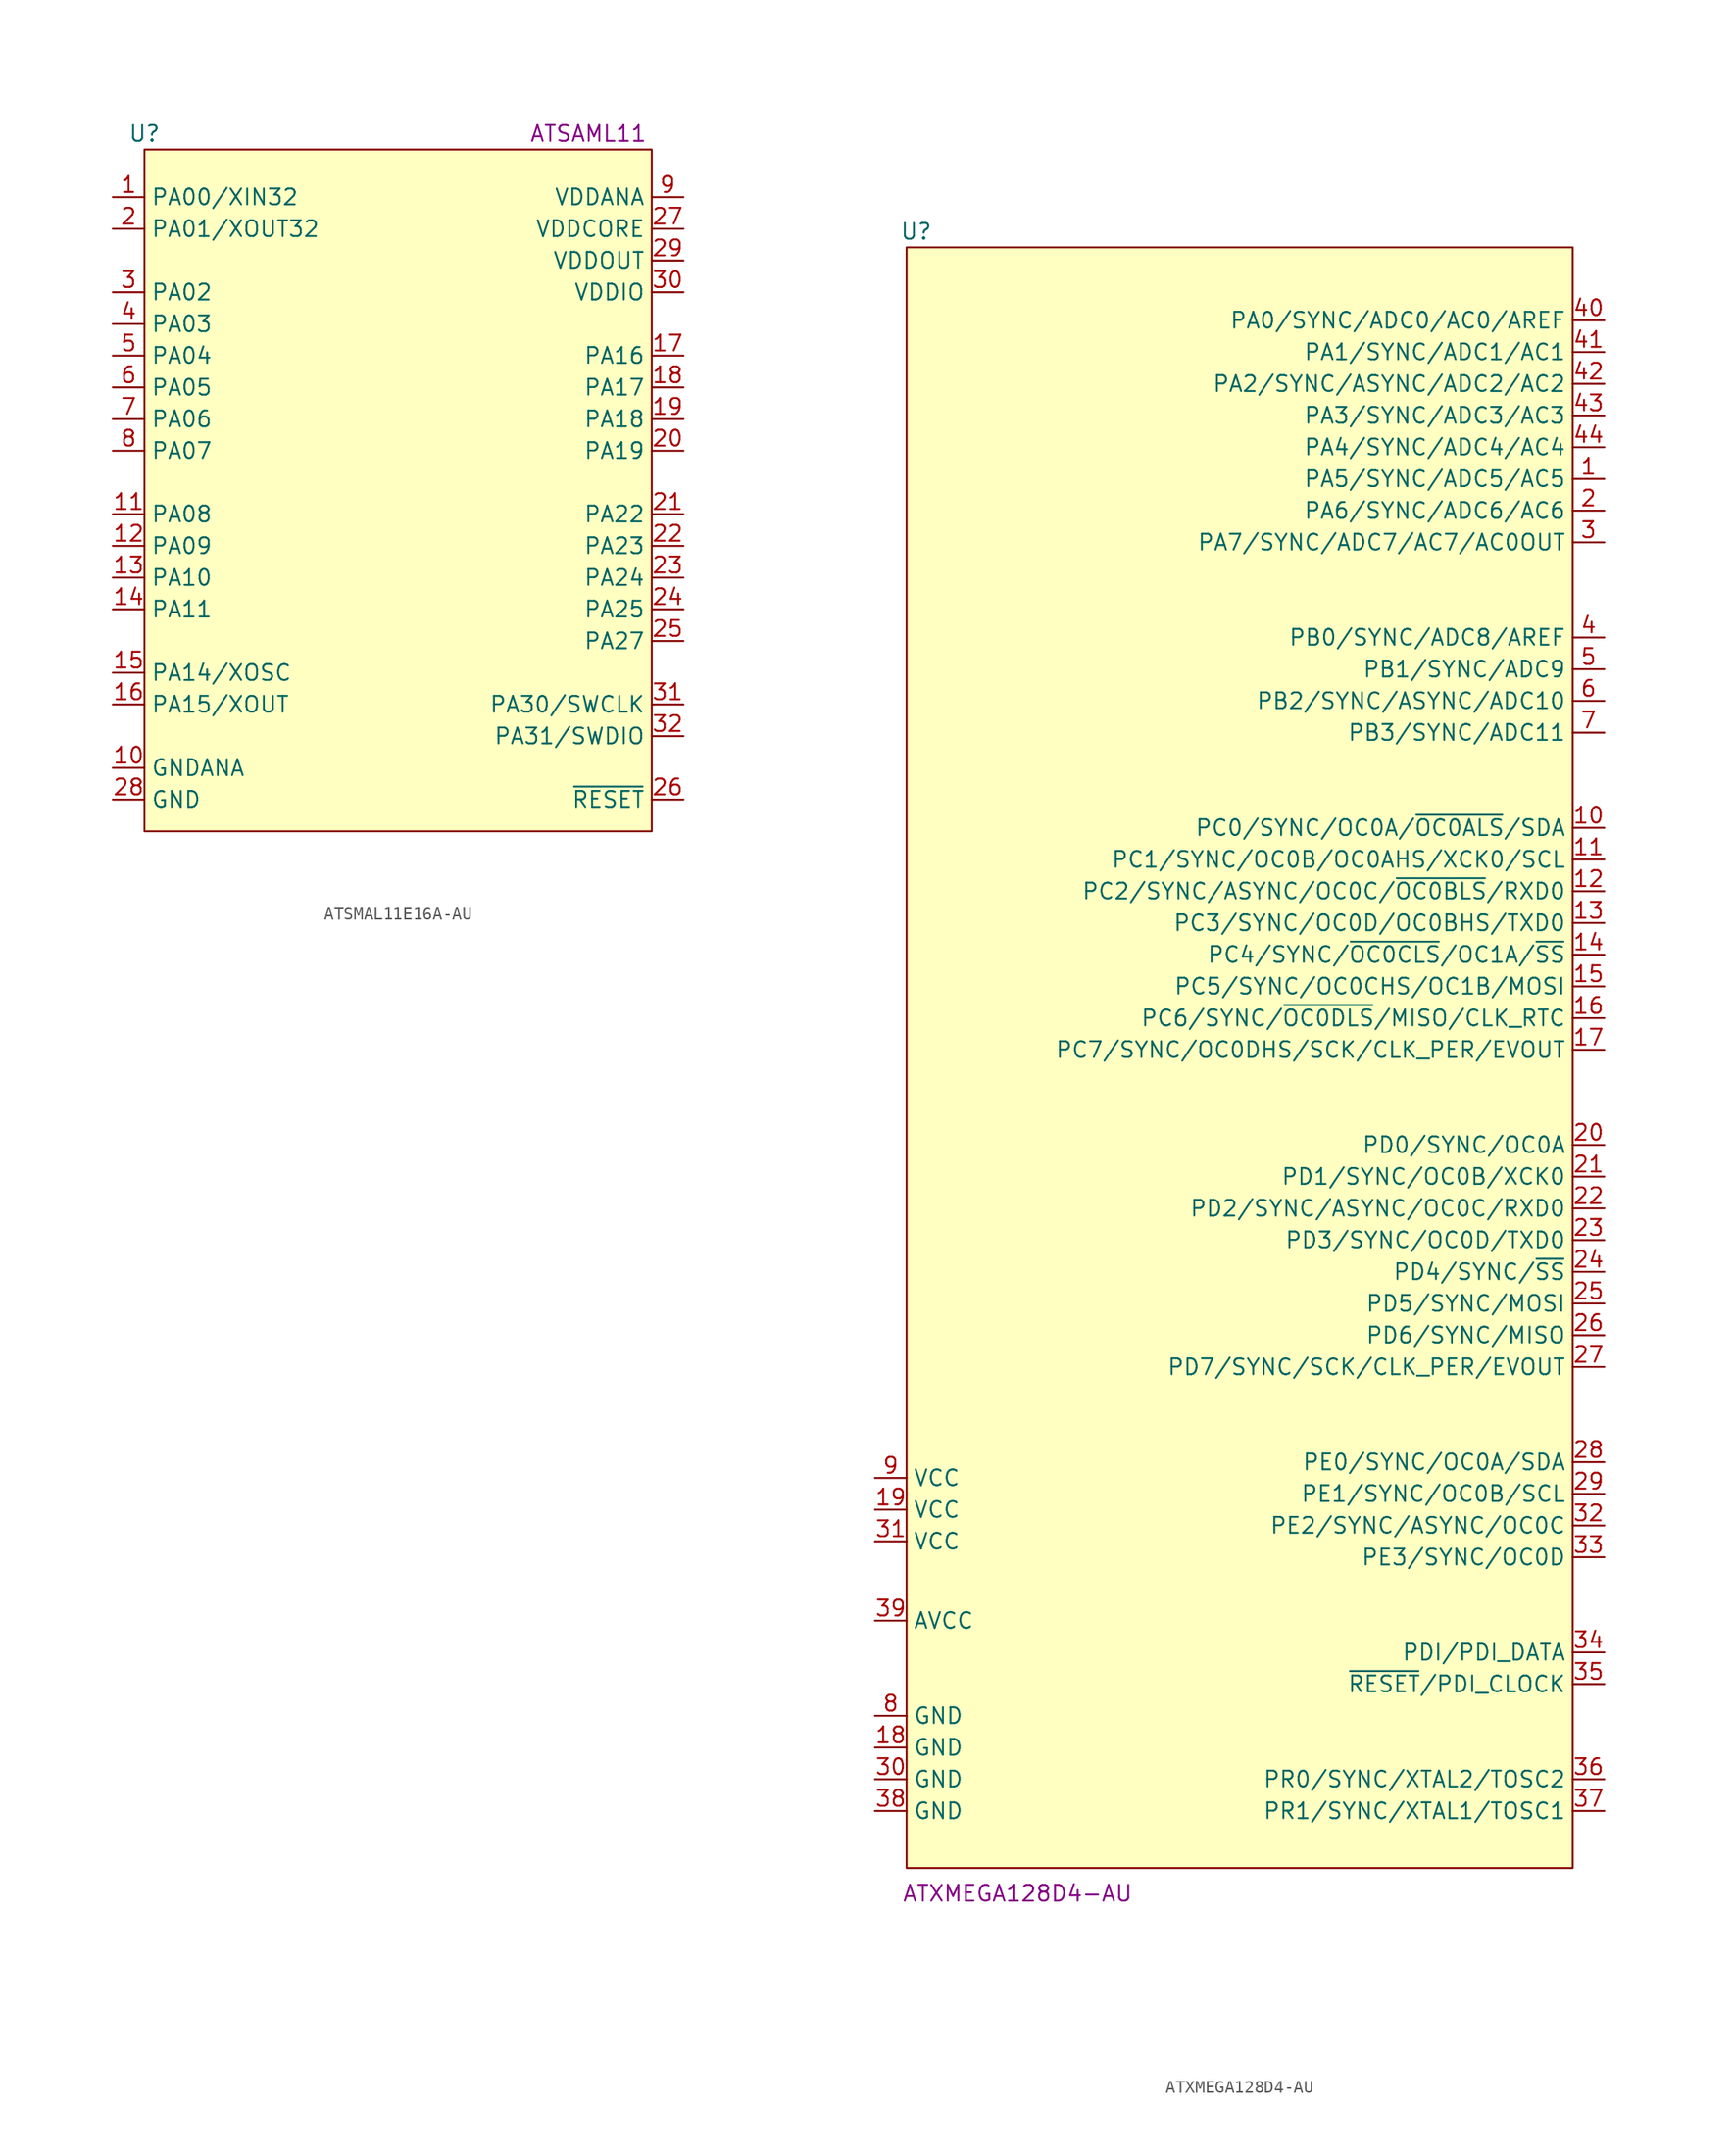
<source format=kicad_sym>
(kicad_symbol_lib
  (version 20231120)
  (generator "kicad_symbol_editor")
  (generator_version "8.0")
  (symbol "ATSMAL11E16A-AU"
    (property "Reference" "U"
      (at -20.32 5.08 0)
      (effects (font (size 1.27 1.27))))
    (property "Display Value" "ATSAML11"
      (at 15.24 5.08 0)
      (effects (font (size 1.27 1.27))))
    (symbol "ATSMAL11E16A-AU_1_1"
      (rectangle (start -20.32 3.81) (end 20.32 -50.8) (stroke (width 0) (type default)) (fill (type background)))
      (pin unspecified line (at -22.86 0 0) (length 2.54) (name "PA00/XIN32" (effects (font (size 1.27 1.27)))) (number "1" (effects (font (size 1.27 1.27)))))
      (pin unspecified line (at -22.86 -45.72 0) (length 2.54) (name "GNDANA" (effects (font (size 1.27 1.27)))) (number "10" (effects (font (size 1.27 1.27)))))
      (pin unspecified line (at -22.86 -25.4 0) (length 2.54) (name "PA08" (effects (font (size 1.27 1.27)))) (number "11" (effects (font (size 1.27 1.27)))))
      (pin unspecified line (at -22.86 -27.94 0) (length 2.54) (name "PA09" (effects (font (size 1.27 1.27)))) (number "12" (effects (font (size 1.27 1.27)))))
      (pin unspecified line (at -22.86 -30.48 0) (length 2.54) (name "PA10" (effects (font (size 1.27 1.27)))) (number "13" (effects (font (size 1.27 1.27)))))
      (pin unspecified line (at -22.86 -33.02 0) (length 2.54) (name "PA11" (effects (font (size 1.27 1.27)))) (number "14" (effects (font (size 1.27 1.27)))))
      (pin unspecified line (at -22.86 -38.1 0) (length 2.54) (name "PA14/XOSC" (effects (font (size 1.27 1.27)))) (number "15" (effects (font (size 1.27 1.27)))))
      (pin unspecified line (at -22.86 -40.64 0) (length 2.54) (name "PA15/XOUT" (effects (font (size 1.27 1.27)))) (number "16" (effects (font (size 1.27 1.27)))))
      (pin unspecified line (at 22.86 -12.7 180) (length 2.54) (name "PA16" (effects (font (size 1.27 1.27)))) (number "17" (effects (font (size 1.27 1.27)))))
      (pin unspecified line (at 22.86 -15.24 180) (length 2.54) (name "PA17" (effects (font (size 1.27 1.27)))) (number "18" (effects (font (size 1.27 1.27)))))
      (pin unspecified line (at 22.86 -17.78 180) (length 2.54) (name "PA18" (effects (font (size 1.27 1.27)))) (number "19" (effects (font (size 1.27 1.27)))))
      (pin unspecified line (at -22.86 -2.54 0) (length 2.54) (name "PA01/XOUT32" (effects (font (size 1.27 1.27)))) (number "2" (effects (font (size 1.27 1.27)))))
      (pin unspecified line (at 22.86 -20.32 180) (length 2.54) (name "PA19" (effects (font (size 1.27 1.27)))) (number "20" (effects (font (size 1.27 1.27)))))
      (pin unspecified line (at 22.86 -25.4 180) (length 2.54) (name "PA22" (effects (font (size 1.27 1.27)))) (number "21" (effects (font (size 1.27 1.27)))))
      (pin unspecified line (at 22.86 -27.94 180) (length 2.54) (name "PA23" (effects (font (size 1.27 1.27)))) (number "22" (effects (font (size 1.27 1.27)))))
      (pin unspecified line (at 22.86 -30.48 180) (length 2.54) (name "PA24" (effects (font (size 1.27 1.27)))) (number "23" (effects (font (size 1.27 1.27)))))
      (pin unspecified line (at 22.86 -33.02 180) (length 2.54) (name "PA25" (effects (font (size 1.27 1.27)))) (number "24" (effects (font (size 1.27 1.27)))))
      (pin unspecified line (at 22.86 -35.56 180) (length 2.54) (name "PA27" (effects (font (size 1.27 1.27)))) (number "25" (effects (font (size 1.27 1.27)))))
      (pin unspecified line (at 22.86 -48.26 180) (length 2.54) (name "~{RESET}" (effects (font (size 1.27 1.27)))) (number "26" (effects (font (size 1.27 1.27)))))
      (pin unspecified line (at 22.86 -2.54 180) (length 2.54) (name "VDDCORE" (effects (font (size 1.27 1.27)))) (number "27" (effects (font (size 1.27 1.27)))))
      (pin unspecified line (at -22.86 -48.26 0) (length 2.54) (name "GND" (effects (font (size 1.27 1.27)))) (number "28" (effects (font (size 1.27 1.27)))))
      (pin unspecified line (at 22.86 -5.08 180) (length 2.54) (name "VDDOUT" (effects (font (size 1.27 1.27)))) (number "29" (effects (font (size 1.27 1.27)))))
      (pin unspecified line (at -22.86 -7.62 0) (length 2.54) (name "PA02" (effects (font (size 1.27 1.27)))) (number "3" (effects (font (size 1.27 1.27)))))
      (pin unspecified line (at 22.86 -7.62 180) (length 2.54) (name "VDDIO" (effects (font (size 1.27 1.27)))) (number "30" (effects (font (size 1.27 1.27)))))
      (pin unspecified line (at 22.86 -40.64 180) (length 2.54) (name "PA30/SWCLK" (effects (font (size 1.27 1.27)))) (number "31" (effects (font (size 1.27 1.27)))))
      (pin unspecified line (at 22.86 -43.18 180) (length 2.54) (name "PA31/SWDIO" (effects (font (size 1.27 1.27)))) (number "32" (effects (font (size 1.27 1.27)))))
      (pin unspecified line (at -22.86 -10.16 0) (length 2.54) (name "PA03" (effects (font (size 1.27 1.27)))) (number "4" (effects (font (size 1.27 1.27)))))
      (pin unspecified line (at -22.86 -12.7 0) (length 2.54) (name "PA04" (effects (font (size 1.27 1.27)))) (number "5" (effects (font (size 1.27 1.27)))))
      (pin unspecified line (at -22.86 -15.24 0) (length 2.54) (name "PA05" (effects (font (size 1.27 1.27)))) (number "6" (effects (font (size 1.27 1.27)))))
      (pin unspecified line (at -22.86 -17.78 0) (length 2.54) (name "PA06" (effects (font (size 1.27 1.27)))) (number "7" (effects (font (size 1.27 1.27)))))
      (pin unspecified line (at -22.86 -20.32 0) (length 2.54) (name "PA07" (effects (font (size 1.27 1.27)))) (number "8" (effects (font (size 1.27 1.27)))))
      (pin unspecified line (at 22.86 0 180) (length 2.54) (name "VDDANA" (effects (font (size 1.27 1.27)))) (number "9" (effects (font (size 1.27 1.27)))))))
  (symbol "ATXMEGA128D4-AU"
    (property "Reference" "U"
      (at -25.908 7.112 0)
      (effects (font (size 1.27 1.27))))
    (property "Display Value" "ATXMEGA128D4-AU"
      (at -17.78 -125.984 0)
      (effects (font (size 1.27 1.27))))
    (symbol "ATXMEGA128D4-AU_1_1"
      (rectangle (start -26.67 5.842) (end 26.67 -123.952) (stroke (width 0) (type default)) (fill (type background)))
      (pin unspecified line (at 29.21 -12.7 180) (length 2.54) (name "PA5/SYNC/ADC5/AC5" (effects (font (size 1.27 1.27)))) (number "1" (effects (font (size 1.27 1.27)))))
      (pin unspecified line (at 29.21 -40.64 180) (length 2.54) (name "PC0/SYNC/OC0A/~{OC0ALS}/SDA" (effects (font (size 1.27 1.27)))) (number "10" (effects (font (size 1.27 1.27)))))
      (pin unspecified line (at 29.21 -43.18 180) (length 2.54) (name "PC1/SYNC/OC0B/OC0AHS/XCK0/SCL" (effects (font (size 1.27 1.27)))) (number "11" (effects (font (size 1.27 1.27)))))
      (pin unspecified line (at 29.21 -45.72 180) (length 2.54) (name "PC2/SYNC/ASYNC/OC0C/~{OC0BLS}/RXD0" (effects (font (size 1.27 1.27)))) (number "12" (effects (font (size 1.27 1.27)))))
      (pin unspecified line (at 29.21 -48.26 180) (length 2.54) (name "PC3/SYNC/OC0D/OC0BHS/TXD0" (effects (font (size 1.27 1.27)))) (number "13" (effects (font (size 1.27 1.27)))))
      (pin unspecified line (at 29.21 -50.8 180) (length 2.54) (name "PC4/SYNC/~{OC0CLS}/OC1A/~{SS}" (effects (font (size 1.27 1.27)))) (number "14" (effects (font (size 1.27 1.27)))))
      (pin unspecified line (at 29.21 -53.34 180) (length 2.54) (name "PC5/SYNC/OC0CHS/OC1B/MOSI" (effects (font (size 1.27 1.27)))) (number "15" (effects (font (size 1.27 1.27)))))
      (pin unspecified line (at 29.21 -55.88 180) (length 2.54) (name "PC6/SYNC/~{OC0DLS}/MISO/CLK_RTC" (effects (font (size 1.27 1.27)))) (number "16" (effects (font (size 1.27 1.27)))))
      (pin unspecified line (at 29.21 -58.42 180) (length 2.54) (name "PC7/SYNC/OC0DHS/SCK/CLK_PER/EVOUT" (effects (font (size 1.27 1.27)))) (number "17" (effects (font (size 1.27 1.27)))))
      (pin unspecified line (at -29.21 -114.3 0) (length 2.54) (name "GND" (effects (font (size 1.27 1.27)))) (number "18" (effects (font (size 1.27 1.27)))))
      (pin unspecified line (at -29.21 -95.25 0) (length 2.54) (name "VCC" (effects (font (size 1.27 1.27)))) (number "19" (effects (font (size 1.27 1.27)))))
      (pin unspecified line (at 29.21 -15.24 180) (length 2.54) (name "PA6/SYNC/ADC6/AC6" (effects (font (size 1.27 1.27)))) (number "2" (effects (font (size 1.27 1.27)))))
      (pin unspecified line (at 29.21 -66.04 180) (length 2.54) (name "PD0/SYNC/OC0A" (effects (font (size 1.27 1.27)))) (number "20" (effects (font (size 1.27 1.27)))))
      (pin unspecified line (at 29.21 -68.58 180) (length 2.54) (name "PD1/SYNC/OC0B/XCK0" (effects (font (size 1.27 1.27)))) (number "21" (effects (font (size 1.27 1.27)))))
      (pin unspecified line (at 29.21 -71.12 180) (length 2.54) (name "PD2/SYNC/ASYNC/OC0C/RXD0" (effects (font (size 1.27 1.27)))) (number "22" (effects (font (size 1.27 1.27)))))
      (pin unspecified line (at 29.21 -73.66 180) (length 2.54) (name "PD3/SYNC/OC0D/TXD0" (effects (font (size 1.27 1.27)))) (number "23" (effects (font (size 1.27 1.27)))))
      (pin unspecified line (at 29.21 -76.2 180) (length 2.54) (name "PD4/SYNC/~{SS}" (effects (font (size 1.27 1.27)))) (number "24" (effects (font (size 1.27 1.27)))))
      (pin unspecified line (at 29.21 -78.74 180) (length 2.54) (name "PD5/SYNC/MOSI" (effects (font (size 1.27 1.27)))) (number "25" (effects (font (size 1.27 1.27)))))
      (pin unspecified line (at 29.21 -81.28 180) (length 2.54) (name "PD6/SYNC/MISO" (effects (font (size 1.27 1.27)))) (number "26" (effects (font (size 1.27 1.27)))))
      (pin unspecified line (at 29.21 -83.82 180) (length 2.54) (name "PD7/SYNC/SCK/CLK_PER/EVOUT" (effects (font (size 1.27 1.27)))) (number "27" (effects (font (size 1.27 1.27)))))
      (pin unspecified line (at 29.21 -91.44 180) (length 2.54) (name "PE0/SYNC/OC0A/SDA" (effects (font (size 1.27 1.27)))) (number "28" (effects (font (size 1.27 1.27)))))
      (pin unspecified line (at 29.21 -93.98 180) (length 2.54) (name "PE1/SYNC/OC0B/SCL" (effects (font (size 1.27 1.27)))) (number "29" (effects (font (size 1.27 1.27)))))
      (pin unspecified line (at 29.21 -17.78 180) (length 2.54) (name "PA7/SYNC/ADC7/AC7/AC0OUT" (effects (font (size 1.27 1.27)))) (number "3" (effects (font (size 1.27 1.27)))))
      (pin unspecified line (at -29.21 -116.84 0) (length 2.54) (name "GND" (effects (font (size 1.27 1.27)))) (number "30" (effects (font (size 1.27 1.27)))))
      (pin unspecified line (at -29.21 -97.79 0) (length 2.54) (name "VCC" (effects (font (size 1.27 1.27)))) (number "31" (effects (font (size 1.27 1.27)))))
      (pin unspecified line (at 29.21 -96.52 180) (length 2.54) (name "PE2/SYNC/ASYNC/OC0C" (effects (font (size 1.27 1.27)))) (number "32" (effects (font (size 1.27 1.27)))))
      (pin unspecified line (at 29.21 -99.06 180) (length 2.54) (name "PE3/SYNC/OC0D" (effects (font (size 1.27 1.27)))) (number "33" (effects (font (size 1.27 1.27)))))
      (pin unspecified line (at 29.21 -106.68 180) (length 2.54) (name "PDI/PDI_DATA" (effects (font (size 1.27 1.27)))) (number "34" (effects (font (size 1.27 1.27)))))
      (pin unspecified line (at 29.21 -109.22 180) (length 2.54) (name "~{RESET}/PDI_CLOCK" (effects (font (size 1.27 1.27)))) (number "35" (effects (font (size 1.27 1.27)))))
      (pin unspecified line (at 29.21 -116.84 180) (length 2.54) (name "PR0/SYNC/XTAL2/TOSC2" (effects (font (size 1.27 1.27)))) (number "36" (effects (font (size 1.27 1.27)))))
      (pin unspecified line (at 29.21 -119.38 180) (length 2.54) (name "PR1/SYNC/XTAL1/TOSC1" (effects (font (size 1.27 1.27)))) (number "37" (effects (font (size 1.27 1.27)))))
      (pin unspecified line (at -29.21 -119.38 0) (length 2.54) (name "GND" (effects (font (size 1.27 1.27)))) (number "38" (effects (font (size 1.27 1.27)))))
      (pin unspecified line (at -29.21 -104.14 0) (length 2.54) (name "AVCC" (effects (font (size 1.27 1.27)))) (number "39" (effects (font (size 1.27 1.27)))))
      (pin unspecified line (at 29.21 -25.4 180) (length 2.54) (name "PB0/SYNC/ADC8/AREF" (effects (font (size 1.27 1.27)))) (number "4" (effects (font (size 1.27 1.27)))))
      (pin unspecified line (at 29.21 0 180) (length 2.54) (name "PA0/SYNC/ADC0/AC0/AREF" (effects (font (size 1.27 1.27)))) (number "40" (effects (font (size 1.27 1.27)))))
      (pin unspecified line (at 29.21 -2.54 180) (length 2.54) (name "PA1/SYNC/ADC1/AC1" (effects (font (size 1.27 1.27)))) (number "41" (effects (font (size 1.27 1.27)))))
      (pin unspecified line (at 29.21 -5.08 180) (length 2.54) (name "PA2/SYNC/ASYNC/ADC2/AC2" (effects (font (size 1.27 1.27)))) (number "42" (effects (font (size 1.27 1.27)))))
      (pin unspecified line (at 29.21 -7.62 180) (length 2.54) (name "PA3/SYNC/ADC3/AC3" (effects (font (size 1.27 1.27)))) (number "43" (effects (font (size 1.27 1.27)))))
      (pin unspecified line (at 29.21 -10.16 180) (length 2.54) (name "PA4/SYNC/ADC4/AC4" (effects (font (size 1.27 1.27)))) (number "44" (effects (font (size 1.27 1.27)))))
      (pin unspecified line (at 29.21 -27.94 180) (length 2.54) (name "PB1/SYNC/ADC9" (effects (font (size 1.27 1.27)))) (number "5" (effects (font (size 1.27 1.27)))))
      (pin unspecified line (at 29.21 -30.48 180) (length 2.54) (name "PB2/SYNC/ASYNC/ADC10" (effects (font (size 1.27 1.27)))) (number "6" (effects (font (size 1.27 1.27)))))
      (pin unspecified line (at 29.21 -33.02 180) (length 2.54) (name "PB3/SYNC/ADC11" (effects (font (size 1.27 1.27)))) (number "7" (effects (font (size 1.27 1.27)))))
      (pin unspecified line (at -29.21 -111.76 0) (length 2.54) (name "GND" (effects (font (size 1.27 1.27)))) (number "8" (effects (font (size 1.27 1.27)))))
      (pin unspecified line (at -29.21 -92.71 0) (length 2.54) (name "VCC" (effects (font (size 1.27 1.27)))) (number "9" (effects (font (size 1.27 1.27))))))))
</source>
